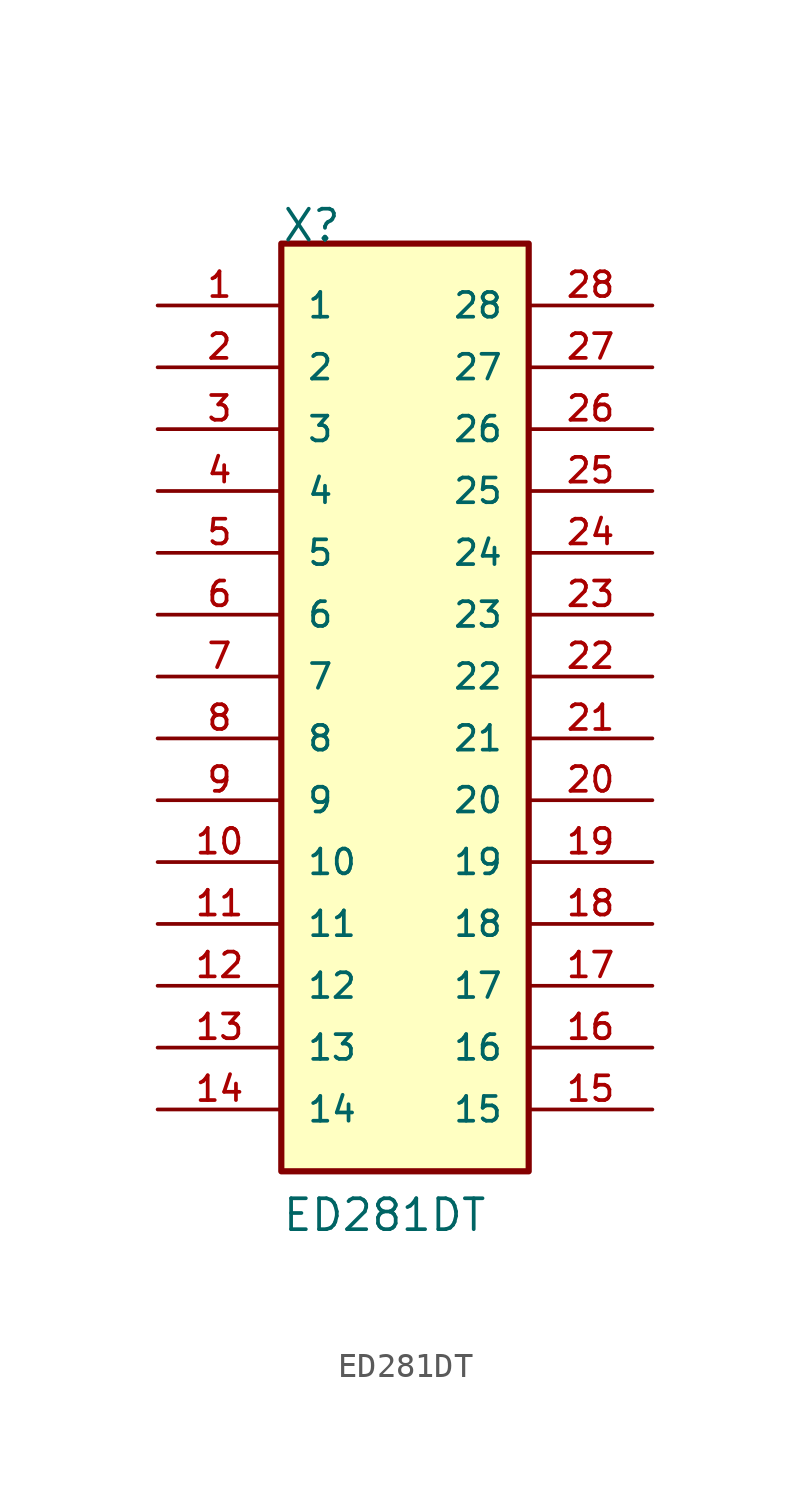
<source format=kicad_sym>
(kicad_symbol_lib
  (version 20211014)
  (generator kicad_symbol_editor)
  (symbol "ED281DT"
    (pin_names
      (offset 1.016))
    (property "Reference" "X"
      (at -5.08 17.78 0)
      (effects (font (size 1.27 1.27)) (justify bottom left)))
    (property "Value" "ED281DT"
      (at -5.08 -22.86 0)
      (effects (font (size 1.27 1.27)) (justify bottom left)))
    (symbol "ED281DT_0_0"
      (rectangle (start -5.08 -20.32) (end 5.08 17.78) (stroke (width 0.254)) (fill (type background)))
      (pin passive line (at -10.16 15.24 0) (length 5.08) (name "1" (effects (font (size 1.016 1.016)))) (number "1" (effects (font (size 1.016 1.016)))))
      (pin passive line (at -10.16 12.7 0) (length 5.08) (name "2" (effects (font (size 1.016 1.016)))) (number "2" (effects (font (size 1.016 1.016)))))
      (pin passive line (at -10.16 10.16 0) (length 5.08) (name "3" (effects (font (size 1.016 1.016)))) (number "3" (effects (font (size 1.016 1.016)))))
      (pin passive line (at -10.16 7.62 0) (length 5.08) (name "4" (effects (font (size 1.016 1.016)))) (number "4" (effects (font (size 1.016 1.016)))))
      (pin passive line (at -10.16 5.08 0) (length 5.08) (name "5" (effects (font (size 1.016 1.016)))) (number "5" (effects (font (size 1.016 1.016)))))
      (pin passive line (at -10.16 2.54 0) (length 5.08) (name "6" (effects (font (size 1.016 1.016)))) (number "6" (effects (font (size 1.016 1.016)))))
      (pin passive line (at -10.16 0.0 0) (length 5.08) (name "7" (effects (font (size 1.016 1.016)))) (number "7" (effects (font (size 1.016 1.016)))))
      (pin passive line (at -10.16 -2.54 0) (length 5.08) (name "8" (effects (font (size 1.016 1.016)))) (number "8" (effects (font (size 1.016 1.016)))))
      (pin passive line (at -10.16 -5.08 0) (length 5.08) (name "9" (effects (font (size 1.016 1.016)))) (number "9" (effects (font (size 1.016 1.016)))))
      (pin passive line (at -10.16 -7.62 0) (length 5.08) (name "10" (effects (font (size 1.016 1.016)))) (number "10" (effects (font (size 1.016 1.016)))))
      (pin passive line (at -10.16 -10.16 0) (length 5.08) (name "11" (effects (font (size 1.016 1.016)))) (number "11" (effects (font (size 1.016 1.016)))))
      (pin passive line (at -10.16 -12.7 0) (length 5.08) (name "12" (effects (font (size 1.016 1.016)))) (number "12" (effects (font (size 1.016 1.016)))))
      (pin passive line (at -10.16 -15.24 0) (length 5.08) (name "13" (effects (font (size 1.016 1.016)))) (number "13" (effects (font (size 1.016 1.016)))))
      (pin passive line (at -10.16 -17.78 0) (length 5.08) (name "14" (effects (font (size 1.016 1.016)))) (number "14" (effects (font (size 1.016 1.016)))))
      (pin passive line (at 10.16 -17.78 180.0) (length 5.08) (name "15" (effects (font (size 1.016 1.016)))) (number "15" (effects (font (size 1.016 1.016)))))
      (pin passive line (at 10.16 -15.24 180.0) (length 5.08) (name "16" (effects (font (size 1.016 1.016)))) (number "16" (effects (font (size 1.016 1.016)))))
      (pin passive line (at 10.16 -12.7 180.0) (length 5.08) (name "17" (effects (font (size 1.016 1.016)))) (number "17" (effects (font (size 1.016 1.016)))))
      (pin passive line (at 10.16 -10.16 180.0) (length 5.08) (name "18" (effects (font (size 1.016 1.016)))) (number "18" (effects (font (size 1.016 1.016)))))
      (pin passive line (at 10.16 -7.62 180.0) (length 5.08) (name "19" (effects (font (size 1.016 1.016)))) (number "19" (effects (font (size 1.016 1.016)))))
      (pin passive line (at 10.16 -5.08 180.0) (length 5.08) (name "20" (effects (font (size 1.016 1.016)))) (number "20" (effects (font (size 1.016 1.016)))))
      (pin passive line (at 10.16 -2.54 180.0) (length 5.08) (name "21" (effects (font (size 1.016 1.016)))) (number "21" (effects (font (size 1.016 1.016)))))
      (pin passive line (at 10.16 0.0 180.0) (length 5.08) (name "22" (effects (font (size 1.016 1.016)))) (number "22" (effects (font (size 1.016 1.016)))))
      (pin passive line (at 10.16 2.54 180.0) (length 5.08) (name "23" (effects (font (size 1.016 1.016)))) (number "23" (effects (font (size 1.016 1.016)))))
      (pin passive line (at 10.16 5.08 180.0) (length 5.08) (name "24" (effects (font (size 1.016 1.016)))) (number "24" (effects (font (size 1.016 1.016)))))
      (pin passive line (at 10.16 7.62 180.0) (length 5.08) (name "25" (effects (font (size 1.016 1.016)))) (number "25" (effects (font (size 1.016 1.016)))))
      (pin passive line (at 10.16 10.16 180.0) (length 5.08) (name "26" (effects (font (size 1.016 1.016)))) (number "26" (effects (font (size 1.016 1.016)))))
      (pin passive line (at 10.16 12.7 180.0) (length 5.08) (name "27" (effects (font (size 1.016 1.016)))) (number "27" (effects (font (size 1.016 1.016)))))
      (pin passive line (at 10.16 15.24 180.0) (length 5.08) (name "28" (effects (font (size 1.016 1.016)))) (number "28" (effects (font (size 1.016 1.016))))))))
</source>
